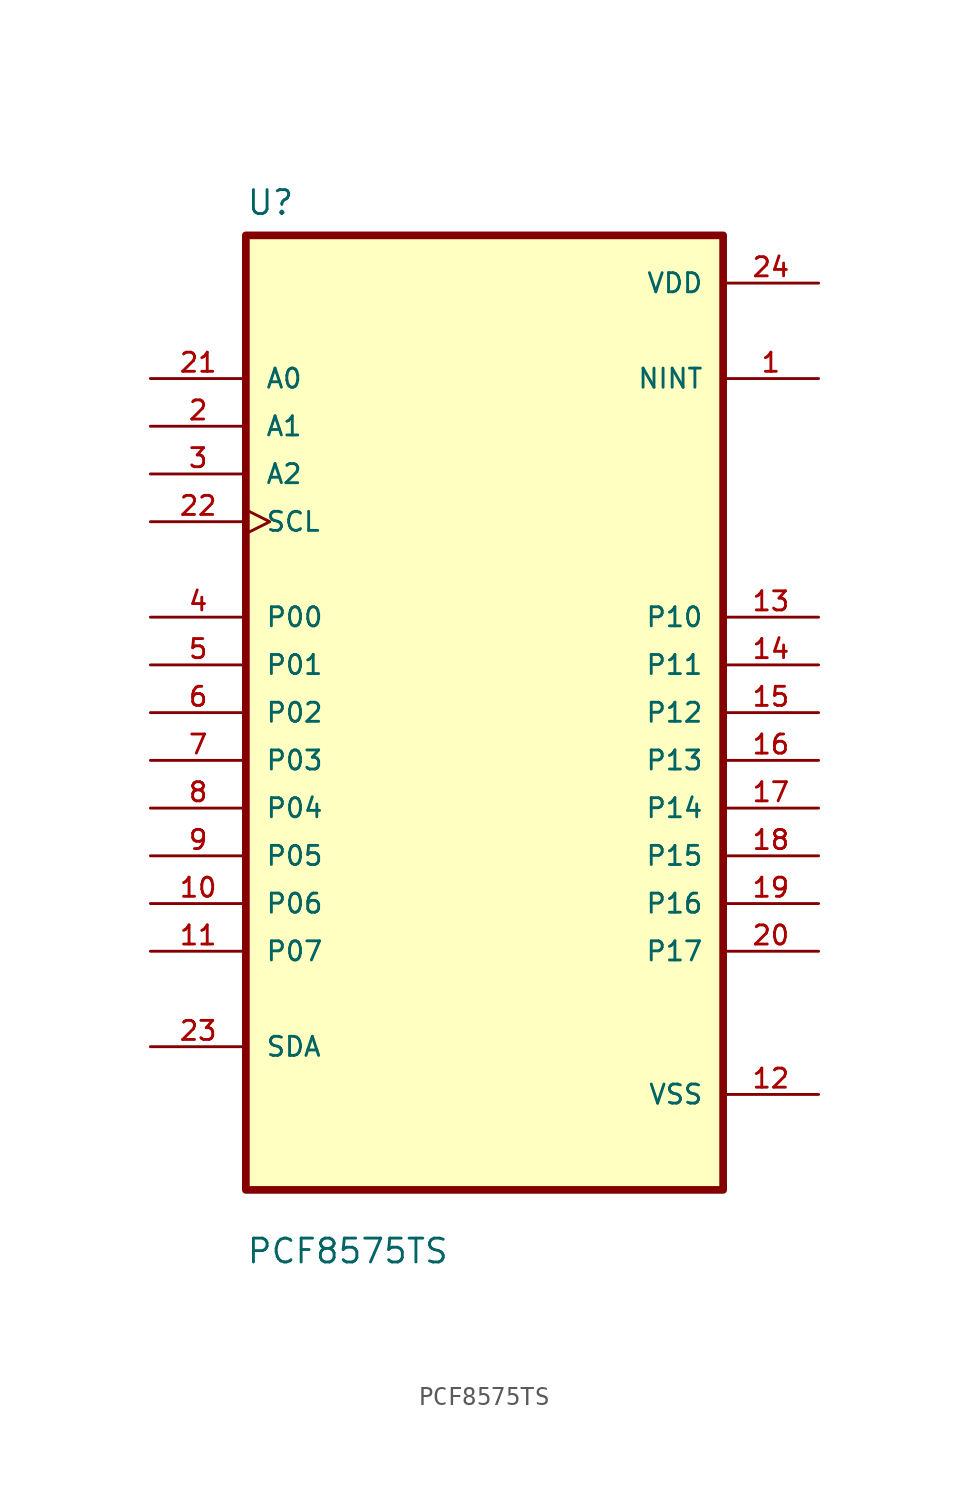
<source format=kicad_sym>
(kicad_symbol_lib
  (version 20211014)
  (generator kicad_symbol_editor)
  (symbol "PCF8575TS"
    (pin_names
      (offset 1.016))
    (property "Reference" "U"
      (at -12.7 26.4 0.0)
      (effects (font (size 1.27 1.27)) (justify bottom left)))
    (property "Value" "PCF8575TS"
      (at -12.7 -29.4 0.0)
      (effects (font (size 1.27 1.27)) (justify bottom left)))
    (symbol "PCF8575TS_0_0"
      (rectangle (start -12.7 -25.4) (end 12.7 25.4) (stroke (width 0.41)) (fill (type background)))
      (pin input line (at -17.78 17.78 0) (length 5.08) (name "A0" (effects (font (size 1.016 1.016)))) (number "21" (effects (font (size 1.016 1.016)))))
      (pin input line (at -17.78 15.24 0) (length 5.08) (name "A1" (effects (font (size 1.016 1.016)))) (number "2" (effects (font (size 1.016 1.016)))))
      (pin input line (at -17.78 12.7 0) (length 5.08) (name "A2" (effects (font (size 1.016 1.016)))) (number "3" (effects (font (size 1.016 1.016)))))
      (pin input clock (at -17.78 10.16 0) (length 5.08) (name "SCL" (effects (font (size 1.016 1.016)))) (number "22" (effects (font (size 1.016 1.016)))))
      (pin bidirectional line (at -17.78 5.08 0) (length 5.08) (name "P00" (effects (font (size 1.016 1.016)))) (number "4" (effects (font (size 1.016 1.016)))))
      (pin bidirectional line (at -17.78 2.54 0) (length 5.08) (name "P01" (effects (font (size 1.016 1.016)))) (number "5" (effects (font (size 1.016 1.016)))))
      (pin bidirectional line (at -17.78 3.5527136788e-15 0) (length 5.08) (name "P02" (effects (font (size 1.016 1.016)))) (number "6" (effects (font (size 1.016 1.016)))))
      (pin bidirectional line (at -17.78 -2.54 0) (length 5.08) (name "P03" (effects (font (size 1.016 1.016)))) (number "7" (effects (font (size 1.016 1.016)))))
      (pin bidirectional line (at -17.78 -5.08 0) (length 5.08) (name "P04" (effects (font (size 1.016 1.016)))) (number "8" (effects (font (size 1.016 1.016)))))
      (pin bidirectional line (at -17.78 -7.62 0) (length 5.08) (name "P05" (effects (font (size 1.016 1.016)))) (number "9" (effects (font (size 1.016 1.016)))))
      (pin bidirectional line (at -17.78 -10.16 0) (length 5.08) (name "P06" (effects (font (size 1.016 1.016)))) (number "10" (effects (font (size 1.016 1.016)))))
      (pin bidirectional line (at -17.78 -12.7 0) (length 5.08) (name "P07" (effects (font (size 1.016 1.016)))) (number "11" (effects (font (size 1.016 1.016)))))
      (pin bidirectional line (at -17.78 -17.78 0) (length 5.08) (name "SDA" (effects (font (size 1.016 1.016)))) (number "23" (effects (font (size 1.016 1.016)))))
      (pin power_in line (at 17.78 22.86 180.0) (length 5.08) (name "VDD" (effects (font (size 1.016 1.016)))) (number "24" (effects (font (size 1.016 1.016)))))
      (pin output line (at 17.78 17.78 180.0) (length 5.08) (name "NINT" (effects (font (size 1.016 1.016)))) (number "1" (effects (font (size 1.016 1.016)))))
      (pin bidirectional line (at 17.78 5.08 180.0) (length 5.08) (name "P10" (effects (font (size 1.016 1.016)))) (number "13" (effects (font (size 1.016 1.016)))))
      (pin bidirectional line (at 17.78 2.54 180.0) (length 5.08) (name "P11" (effects (font (size 1.016 1.016)))) (number "14" (effects (font (size 1.016 1.016)))))
      (pin bidirectional line (at 17.78 1.7763568394e-15 180.0) (length 5.08) (name "P12" (effects (font (size 1.016 1.016)))) (number "15" (effects (font (size 1.016 1.016)))))
      (pin bidirectional line (at 17.78 -2.54 180.0) (length 5.08) (name "P13" (effects (font (size 1.016 1.016)))) (number "16" (effects (font (size 1.016 1.016)))))
      (pin bidirectional line (at 17.78 -5.08 180.0) (length 5.08) (name "P14" (effects (font (size 1.016 1.016)))) (number "17" (effects (font (size 1.016 1.016)))))
      (pin bidirectional line (at 17.78 -7.62 180.0) (length 5.08) (name "P15" (effects (font (size 1.016 1.016)))) (number "18" (effects (font (size 1.016 1.016)))))
      (pin bidirectional line (at 17.78 -10.16 180.0) (length 5.08) (name "P16" (effects (font (size 1.016 1.016)))) (number "19" (effects (font (size 1.016 1.016)))))
      (pin bidirectional line (at 17.78 -12.7 180.0) (length 5.08) (name "P17" (effects (font (size 1.016 1.016)))) (number "20" (effects (font (size 1.016 1.016)))))
      (pin power_in line (at 17.78 -20.32 180.0) (length 5.08) (name "VSS" (effects (font (size 1.016 1.016)))) (number "12" (effects (font (size 1.016 1.016))))))))
</source>
